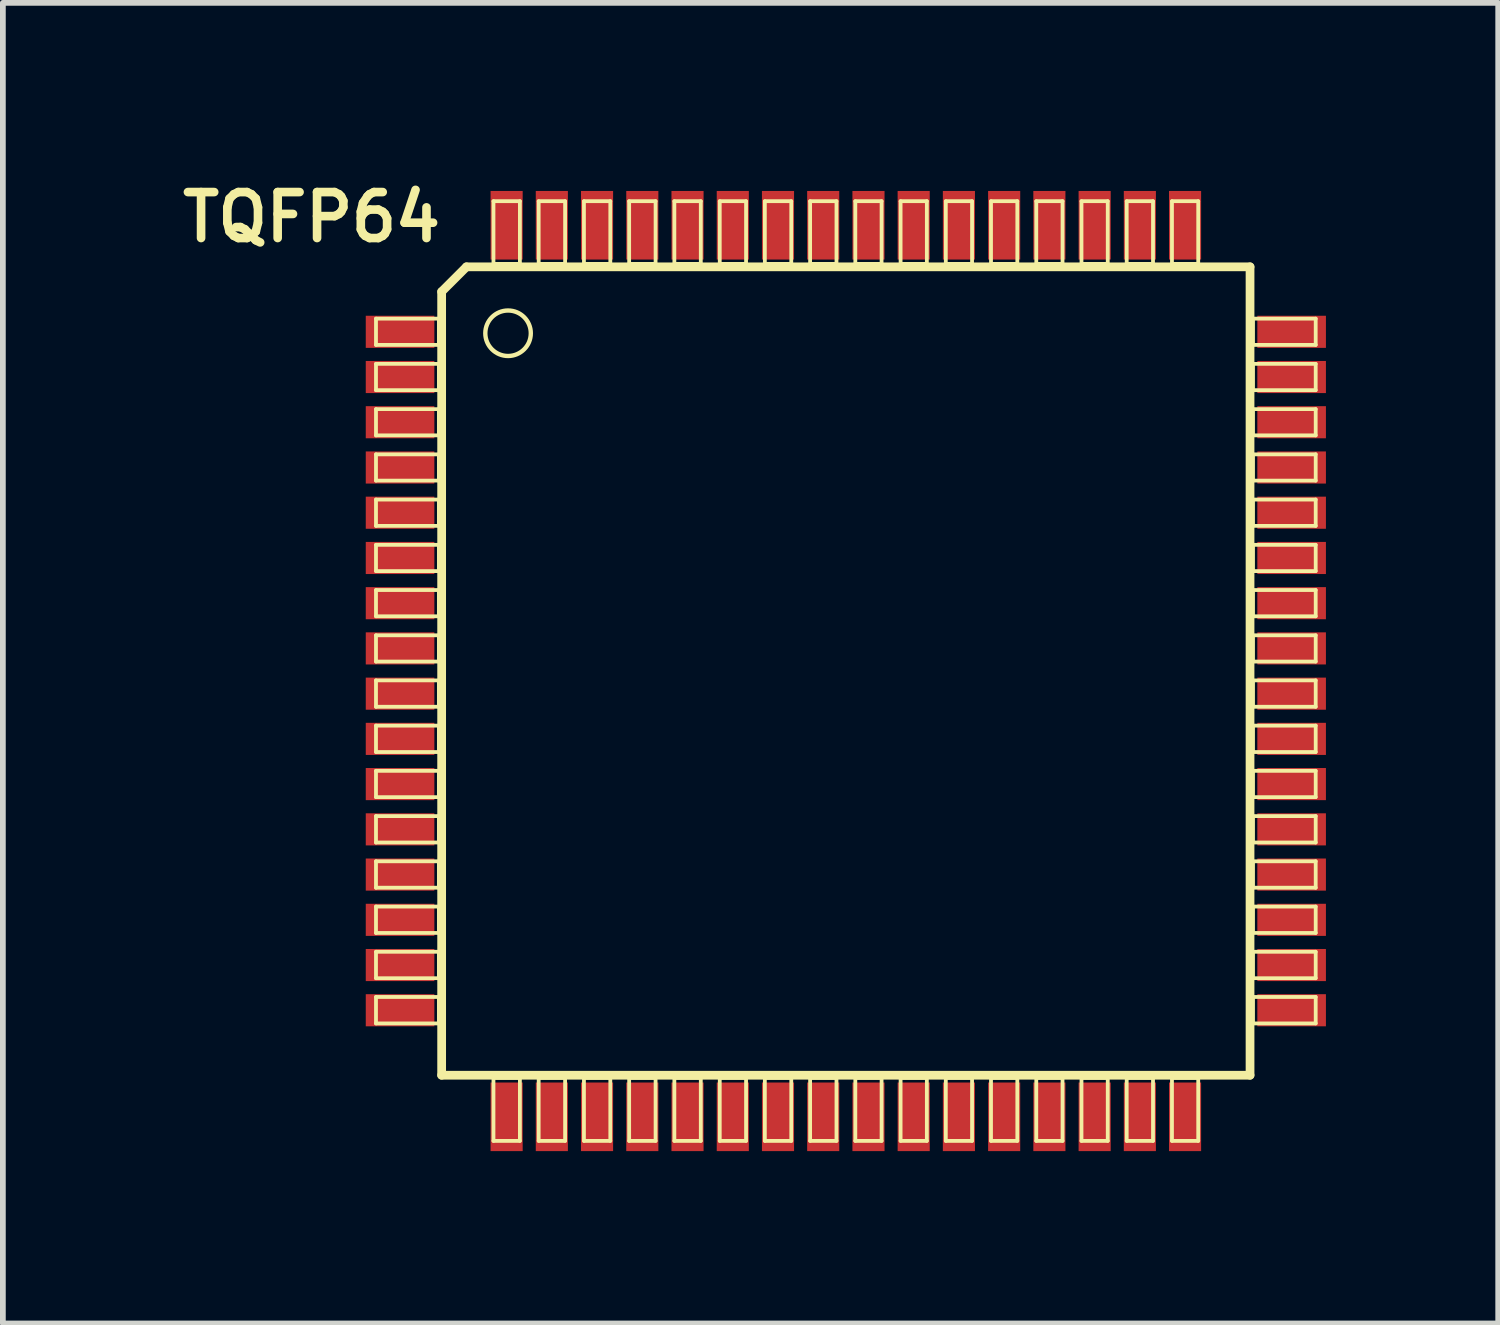
<source format=kicad_pcb>
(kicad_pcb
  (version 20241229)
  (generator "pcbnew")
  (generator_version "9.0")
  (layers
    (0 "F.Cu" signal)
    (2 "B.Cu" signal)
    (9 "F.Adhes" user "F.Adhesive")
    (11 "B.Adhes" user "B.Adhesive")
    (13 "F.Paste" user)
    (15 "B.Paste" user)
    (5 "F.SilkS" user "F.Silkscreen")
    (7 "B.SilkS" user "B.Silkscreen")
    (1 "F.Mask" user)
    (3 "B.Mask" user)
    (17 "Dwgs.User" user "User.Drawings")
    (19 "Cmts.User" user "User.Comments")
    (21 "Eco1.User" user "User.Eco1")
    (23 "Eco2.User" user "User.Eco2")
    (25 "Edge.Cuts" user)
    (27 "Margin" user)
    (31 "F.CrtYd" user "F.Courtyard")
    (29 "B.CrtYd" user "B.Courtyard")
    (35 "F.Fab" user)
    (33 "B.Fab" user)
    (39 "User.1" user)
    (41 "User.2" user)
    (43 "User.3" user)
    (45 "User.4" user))
  (footprint "TQFP64"
    (layer "F.Cu")
    (at 11.674 8.631)
    (property "Reference" "TQFP64" (at -9.3 -7.9 0) (layer "F.SilkS") (effects (font (size 0.8 0.8) (thickness 0.15))))
    (attr smd)
    (fp_line (start -8.179 -6.134) (end -7.084 -6.134) (stroke (width 0.066) (type solid)) (layer "F.SilkS"))
    (fp_line (start -8.179 -5.677) (end -8.179 -6.134) (stroke (width 0.066) (type solid)) (layer "F.SilkS"))
    (fp_line (start -8.179 -5.677) (end -7.084 -5.677) (stroke (width 0.066) (type solid)) (layer "F.SilkS"))
    (fp_line (start -8.179 -5.347) (end -7.084 -5.347) (stroke (width 0.066) (type solid)) (layer "F.SilkS"))
    (fp_line (start -8.179 -4.889) (end -8.179 -5.347) (stroke (width 0.066) (type solid)) (layer "F.SilkS"))
    (fp_line (start -8.179 -4.889) (end -7.084 -4.889) (stroke (width 0.066) (type solid)) (layer "F.SilkS"))
    (fp_line (start -8.179 -4.559) (end -7.084 -4.559) (stroke (width 0.066) (type solid)) (layer "F.SilkS"))
    (fp_line (start -8.179 -4.102) (end -8.179 -4.559) (stroke (width 0.066) (type solid)) (layer "F.SilkS"))
    (fp_line (start -8.179 -4.102) (end -7.084 -4.102) (stroke (width 0.066) (type solid)) (layer "F.SilkS"))
    (fp_line (start -8.179 -3.772) (end -7.084 -3.772) (stroke (width 0.066) (type solid)) (layer "F.SilkS"))
    (fp_line (start -8.179 -3.315) (end -8.179 -3.772) (stroke (width 0.066) (type solid)) (layer "F.SilkS"))
    (fp_line (start -8.179 -3.315) (end -7.084 -3.315) (stroke (width 0.066) (type solid)) (layer "F.SilkS"))
    (fp_line (start -8.179 -2.985) (end -7.084 -2.985) (stroke (width 0.066) (type solid)) (layer "F.SilkS"))
    (fp_line (start -8.179 -2.527) (end -8.179 -2.985) (stroke (width 0.066) (type solid)) (layer "F.SilkS"))
    (fp_line (start -8.179 -2.527) (end -7.084 -2.527) (stroke (width 0.066) (type solid)) (layer "F.SilkS"))
    (fp_line (start -8.179 -2.197) (end -7.084 -2.197) (stroke (width 0.066) (type solid)) (layer "F.SilkS"))
    (fp_line (start -8.179 -1.74) (end -8.179 -2.197) (stroke (width 0.066) (type solid)) (layer "F.SilkS"))
    (fp_line (start -8.179 -1.74) (end -7.084 -1.74) (stroke (width 0.066) (type solid)) (layer "F.SilkS"))
    (fp_line (start -8.179 -1.41) (end -7.084 -1.41) (stroke (width 0.066) (type solid)) (layer "F.SilkS"))
    (fp_line (start -8.179 -0.953) (end -8.179 -1.41) (stroke (width 0.066) (type solid)) (layer "F.SilkS"))
    (fp_line (start -8.179 -0.953) (end -7.084 -0.953) (stroke (width 0.066) (type solid)) (layer "F.SilkS"))
    (fp_line (start -8.179 -0.622) (end -7.084 -0.622) (stroke (width 0.066) (type solid)) (layer "F.SilkS"))
    (fp_line (start -8.179 -0.165) (end -8.179 -0.622) (stroke (width 0.066) (type solid)) (layer "F.SilkS"))
    (fp_line (start -8.179 -0.165) (end -7.084 -0.165) (stroke (width 0.066) (type solid)) (layer "F.SilkS"))
    (fp_line (start -8.179 0.163) (end -7.084 0.163) (stroke (width 0.066) (type solid)) (layer "F.SilkS"))
    (fp_line (start -8.179 0.622) (end -8.179 0.163) (stroke (width 0.066) (type solid)) (layer "F.SilkS"))
    (fp_line (start -8.179 0.622) (end -7.084 0.622) (stroke (width 0.066) (type solid)) (layer "F.SilkS"))
    (fp_line (start -8.179 0.95) (end -7.084 0.95) (stroke (width 0.066) (type solid)) (layer "F.SilkS"))
    (fp_line (start -8.179 1.41) (end -8.179 0.95) (stroke (width 0.066) (type solid)) (layer "F.SilkS"))
    (fp_line (start -8.179 1.41) (end -7.084 1.41) (stroke (width 0.066) (type solid)) (layer "F.SilkS"))
    (fp_line (start -8.179 1.737) (end -7.084 1.737) (stroke (width 0.066) (type solid)) (layer "F.SilkS"))
    (fp_line (start -8.179 2.195) (end -8.179 1.737) (stroke (width 0.066) (type solid)) (layer "F.SilkS"))
    (fp_line (start -8.179 2.195) (end -7.084 2.195) (stroke (width 0.066) (type solid)) (layer "F.SilkS"))
    (fp_line (start -8.179 2.525) (end -7.084 2.525) (stroke (width 0.066) (type solid)) (layer "F.SilkS"))
    (fp_line (start -8.179 2.985) (end -8.179 2.525) (stroke (width 0.066) (type solid)) (layer "F.SilkS"))
    (fp_line (start -8.179 2.985) (end -7.084 2.985) (stroke (width 0.066) (type solid)) (layer "F.SilkS"))
    (fp_line (start -8.179 3.312) (end -7.084 3.312) (stroke (width 0.066) (type solid)) (layer "F.SilkS"))
    (fp_line (start -8.179 3.772) (end -8.179 3.312) (stroke (width 0.066) (type solid)) (layer "F.SilkS"))
    (fp_line (start -8.179 3.772) (end -7.084 3.772) (stroke (width 0.066) (type solid)) (layer "F.SilkS"))
    (fp_line (start -8.179 4.1) (end -7.084 4.1) (stroke (width 0.066) (type solid)) (layer "F.SilkS"))
    (fp_line (start -8.179 4.559) (end -8.179 4.1) (stroke (width 0.066) (type solid)) (layer "F.SilkS"))
    (fp_line (start -8.179 4.559) (end -7.084 4.559) (stroke (width 0.066) (type solid)) (layer "F.SilkS"))
    (fp_line (start -8.179 4.887) (end -7.084 4.887) (stroke (width 0.066) (type solid)) (layer "F.SilkS"))
    (fp_line (start -8.179 5.347) (end -8.179 4.887) (stroke (width 0.066) (type solid)) (layer "F.SilkS"))
    (fp_line (start -8.179 5.347) (end -7.084 5.347) (stroke (width 0.066) (type solid)) (layer "F.SilkS"))
    (fp_line (start -8.179 5.674) (end -7.084 5.674) (stroke (width 0.066) (type solid)) (layer "F.SilkS"))
    (fp_line (start -8.179 6.134) (end -8.179 5.674) (stroke (width 0.066) (type solid)) (layer "F.SilkS"))
    (fp_line (start -8.179 6.134) (end -7.084 6.134) (stroke (width 0.066) (type solid)) (layer "F.SilkS"))
    (fp_line (start -7.084 -5.677) (end -7.084 -6.134) (stroke (width 0.066) (type solid)) (layer "F.SilkS"))
    (fp_line (start -7.084 -4.889) (end -7.084 -5.347) (stroke (width 0.066) (type solid)) (layer "F.SilkS"))
    (fp_line (start -7.084 -4.102) (end -7.084 -4.559) (stroke (width 0.066) (type solid)) (layer "F.SilkS"))
    (fp_line (start -7.084 -3.315) (end -7.084 -3.772) (stroke (width 0.066) (type solid)) (layer "F.SilkS"))
    (fp_line (start -7.084 -2.527) (end -7.084 -2.985) (stroke (width 0.066) (type solid)) (layer "F.SilkS"))
    (fp_line (start -7.084 -1.74) (end -7.084 -2.197) (stroke (width 0.066) (type solid)) (layer "F.SilkS"))
    (fp_line (start -7.084 -0.953) (end -7.084 -1.41) (stroke (width 0.066) (type solid)) (layer "F.SilkS"))
    (fp_line (start -7.084 -0.165) (end -7.084 -0.622) (stroke (width 0.066) (type solid)) (layer "F.SilkS"))
    (fp_line (start -7.084 0.622) (end -7.084 0.163) (stroke (width 0.066) (type solid)) (layer "F.SilkS"))
    (fp_line (start -7.084 1.41) (end -7.084 0.95) (stroke (width 0.066) (type solid)) (layer "F.SilkS"))
    (fp_line (start -7.084 2.195) (end -7.084 1.737) (stroke (width 0.066) (type solid)) (layer "F.SilkS"))
    (fp_line (start -7.084 2.985) (end -7.084 2.525) (stroke (width 0.066) (type solid)) (layer "F.SilkS"))
    (fp_line (start -7.084 3.772) (end -7.084 3.312) (stroke (width 0.066) (type solid)) (layer "F.SilkS"))
    (fp_line (start -7.084 4.559) (end -7.084 4.1) (stroke (width 0.066) (type solid)) (layer "F.SilkS"))
    (fp_line (start -7.084 5.347) (end -7.084 4.887) (stroke (width 0.066) (type solid)) (layer "F.SilkS"))
    (fp_line (start -7.084 6.134) (end -7.084 5.674) (stroke (width 0.066) (type solid)) (layer "F.SilkS"))
    (fp_line (start -7.036 -6.604) (end -6.604 -7.036) (stroke (width 0.152) (type solid)) (layer "F.SilkS"))
    (fp_line (start -7.036 7.036) (end -7.036 -6.604) (stroke (width 0.152) (type solid)) (layer "F.SilkS"))
    (fp_line (start -6.604 -7.036) (end 7.036 -7.036) (stroke (width 0.152) (type solid)) (layer "F.SilkS"))
    (fp_line (start -6.134 -8.179) (end -5.674 -8.179) (stroke (width 0.066) (type solid)) (layer "F.SilkS"))
    (fp_line (start -6.134 -7.087) (end -6.134 -8.179) (stroke (width 0.066) (type solid)) (layer "F.SilkS"))
    (fp_line (start -6.134 -7.087) (end -5.674 -7.087) (stroke (width 0.066) (type solid)) (layer "F.SilkS"))
    (fp_line (start -6.134 7.084) (end -5.674 7.084) (stroke (width 0.066) (type solid)) (layer "F.SilkS"))
    (fp_line (start -6.134 8.179) (end -6.134 7.084) (stroke (width 0.066) (type solid)) (layer "F.SilkS"))
    (fp_line (start -6.134 8.179) (end -5.674 8.179) (stroke (width 0.066) (type solid)) (layer "F.SilkS"))
    (fp_line (start -5.674 -7.087) (end -5.674 -8.179) (stroke (width 0.066) (type solid)) (layer "F.SilkS"))
    (fp_line (start -5.674 8.179) (end -5.674 7.084) (stroke (width 0.066) (type solid)) (layer "F.SilkS"))
    (fp_line (start -5.347 -8.179) (end -4.887 -8.179) (stroke (width 0.066) (type solid)) (layer "F.SilkS"))
    (fp_line (start -5.347 -7.087) (end -5.347 -8.179) (stroke (width 0.066) (type solid)) (layer "F.SilkS"))
    (fp_line (start -5.347 -7.087) (end -4.887 -7.087) (stroke (width 0.066) (type solid)) (layer "F.SilkS"))
    (fp_line (start -5.347 7.084) (end -4.887 7.084) (stroke (width 0.066) (type solid)) (layer "F.SilkS"))
    (fp_line (start -5.347 8.179) (end -5.347 7.084) (stroke (width 0.066) (type solid)) (layer "F.SilkS"))
    (fp_line (start -5.347 8.179) (end -4.887 8.179) (stroke (width 0.066) (type solid)) (layer "F.SilkS"))
    (fp_line (start -4.887 -7.087) (end -4.887 -8.179) (stroke (width 0.066) (type solid)) (layer "F.SilkS"))
    (fp_line (start -4.887 8.179) (end -4.887 7.084) (stroke (width 0.066) (type solid)) (layer "F.SilkS"))
    (fp_line (start -4.559 -8.179) (end -4.1 -8.179) (stroke (width 0.066) (type solid)) (layer "F.SilkS"))
    (fp_line (start -4.559 -7.087) (end -4.559 -8.179) (stroke (width 0.066) (type solid)) (layer "F.SilkS"))
    (fp_line (start -4.559 -7.087) (end -4.1 -7.087) (stroke (width 0.066) (type solid)) (layer "F.SilkS"))
    (fp_line (start -4.559 7.084) (end -4.1 7.084) (stroke (width 0.066) (type solid)) (layer "F.SilkS"))
    (fp_line (start -4.559 8.179) (end -4.559 7.084) (stroke (width 0.066) (type solid)) (layer "F.SilkS"))
    (fp_line (start -4.559 8.179) (end -4.1 8.179) (stroke (width 0.066) (type solid)) (layer "F.SilkS"))
    (fp_line (start -4.1 -7.087) (end -4.1 -8.179) (stroke (width 0.066) (type solid)) (layer "F.SilkS"))
    (fp_line (start -4.1 8.179) (end -4.1 7.084) (stroke (width 0.066) (type solid)) (layer "F.SilkS"))
    (fp_line (start -3.772 -8.179) (end -3.312 -8.179) (stroke (width 0.066) (type solid)) (layer "F.SilkS"))
    (fp_line (start -3.772 -7.087) (end -3.772 -8.179) (stroke (width 0.066) (type solid)) (layer "F.SilkS"))
    (fp_line (start -3.772 -7.087) (end -3.312 -7.087) (stroke (width 0.066) (type solid)) (layer "F.SilkS"))
    (fp_line (start -3.772 7.084) (end -3.312 7.084) (stroke (width 0.066) (type solid)) (layer "F.SilkS"))
    (fp_line (start -3.772 8.179) (end -3.772 7.084) (stroke (width 0.066) (type solid)) (layer "F.SilkS"))
    (fp_line (start -3.772 8.179) (end -3.312 8.179) (stroke (width 0.066) (type solid)) (layer "F.SilkS"))
    (fp_line (start -3.312 -7.087) (end -3.312 -8.179) (stroke (width 0.066) (type solid)) (layer "F.SilkS"))
    (fp_line (start -3.312 8.179) (end -3.312 7.084) (stroke (width 0.066) (type solid)) (layer "F.SilkS"))
    (fp_line (start -2.985 -8.179) (end -2.525 -8.179) (stroke (width 0.066) (type solid)) (layer "F.SilkS"))
    (fp_line (start -2.985 -7.087) (end -2.985 -8.179) (stroke (width 0.066) (type solid)) (layer "F.SilkS"))
    (fp_line (start -2.985 -7.087) (end -2.525 -7.087) (stroke (width 0.066) (type solid)) (layer "F.SilkS"))
    (fp_line (start -2.985 7.084) (end -2.525 7.084) (stroke (width 0.066) (type solid)) (layer "F.SilkS"))
    (fp_line (start -2.985 8.179) (end -2.985 7.084) (stroke (width 0.066) (type solid)) (layer "F.SilkS"))
    (fp_line (start -2.985 8.179) (end -2.525 8.179) (stroke (width 0.066) (type solid)) (layer "F.SilkS"))
    (fp_line (start -2.525 -7.087) (end -2.525 -8.179) (stroke (width 0.066) (type solid)) (layer "F.SilkS"))
    (fp_line (start -2.525 8.179) (end -2.525 7.084) (stroke (width 0.066) (type solid)) (layer "F.SilkS"))
    (fp_line (start -2.195 -8.179) (end -1.737 -8.179) (stroke (width 0.066) (type solid)) (layer "F.SilkS"))
    (fp_line (start -2.195 -7.087) (end -2.195 -8.179) (stroke (width 0.066) (type solid)) (layer "F.SilkS"))
    (fp_line (start -2.195 -7.087) (end -1.737 -7.087) (stroke (width 0.066) (type solid)) (layer "F.SilkS"))
    (fp_line (start -2.195 7.084) (end -1.737 7.084) (stroke (width 0.066) (type solid)) (layer "F.SilkS"))
    (fp_line (start -2.195 8.179) (end -2.195 7.084) (stroke (width 0.066) (type solid)) (layer "F.SilkS"))
    (fp_line (start -2.195 8.179) (end -1.737 8.179) (stroke (width 0.066) (type solid)) (layer "F.SilkS"))
    (fp_line (start -1.737 -7.087) (end -1.737 -8.179) (stroke (width 0.066) (type solid)) (layer "F.SilkS"))
    (fp_line (start -1.737 8.179) (end -1.737 7.084) (stroke (width 0.066) (type solid)) (layer "F.SilkS"))
    (fp_line (start -1.41 -8.179) (end -0.95 -8.179) (stroke (width 0.066) (type solid)) (layer "F.SilkS"))
    (fp_line (start -1.41 -7.087) (end -1.41 -8.179) (stroke (width 0.066) (type solid)) (layer "F.SilkS"))
    (fp_line (start -1.41 -7.087) (end -0.95 -7.087) (stroke (width 0.066) (type solid)) (layer "F.SilkS"))
    (fp_line (start -1.41 7.084) (end -0.95 7.084) (stroke (width 0.066) (type solid)) (layer "F.SilkS"))
    (fp_line (start -1.41 8.179) (end -1.41 7.084) (stroke (width 0.066) (type solid)) (layer "F.SilkS"))
    (fp_line (start -1.41 8.179) (end -0.95 8.179) (stroke (width 0.066) (type solid)) (layer "F.SilkS"))
    (fp_line (start -0.95 -7.087) (end -0.95 -8.179) (stroke (width 0.066) (type solid)) (layer "F.SilkS"))
    (fp_line (start -0.95 8.179) (end -0.95 7.084) (stroke (width 0.066) (type solid)) (layer "F.SilkS"))
    (fp_line (start -0.622 -8.179) (end -0.163 -8.179) (stroke (width 0.066) (type solid)) (layer "F.SilkS"))
    (fp_line (start -0.622 -7.087) (end -0.622 -8.179) (stroke (width 0.066) (type solid)) (layer "F.SilkS"))
    (fp_line (start -0.622 -7.087) (end -0.163 -7.087) (stroke (width 0.066) (type solid)) (layer "F.SilkS"))
    (fp_line (start -0.622 7.084) (end -0.163 7.084) (stroke (width 0.066) (type solid)) (layer "F.SilkS"))
    (fp_line (start -0.622 8.179) (end -0.622 7.084) (stroke (width 0.066) (type solid)) (layer "F.SilkS"))
    (fp_line (start -0.622 8.179) (end -0.163 8.179) (stroke (width 0.066) (type solid)) (layer "F.SilkS"))
    (fp_line (start -0.163 -7.087) (end -0.163 -8.179) (stroke (width 0.066) (type solid)) (layer "F.SilkS"))
    (fp_line (start -0.163 8.179) (end -0.163 7.084) (stroke (width 0.066) (type solid)) (layer "F.SilkS"))
    (fp_line (start 0.165 -8.179) (end 0.622 -8.179) (stroke (width 0.066) (type solid)) (layer "F.SilkS"))
    (fp_line (start 0.165 -7.087) (end 0.165 -8.179) (stroke (width 0.066) (type solid)) (layer "F.SilkS"))
    (fp_line (start 0.165 -7.087) (end 0.622 -7.087) (stroke (width 0.066) (type solid)) (layer "F.SilkS"))
    (fp_line (start 0.165 7.084) (end 0.622 7.084) (stroke (width 0.066) (type solid)) (layer "F.SilkS"))
    (fp_line (start 0.165 8.179) (end 0.165 7.084) (stroke (width 0.066) (type solid)) (layer "F.SilkS"))
    (fp_line (start 0.165 8.179) (end 0.622 8.179) (stroke (width 0.066) (type solid)) (layer "F.SilkS"))
    (fp_line (start 0.622 -7.087) (end 0.622 -8.179) (stroke (width 0.066) (type solid)) (layer "F.SilkS"))
    (fp_line (start 0.622 8.179) (end 0.622 7.084) (stroke (width 0.066) (type solid)) (layer "F.SilkS"))
    (fp_line (start 0.953 -8.179) (end 1.41 -8.179) (stroke (width 0.066) (type solid)) (layer "F.SilkS"))
    (fp_line (start 0.953 -7.087) (end 0.953 -8.179) (stroke (width 0.066) (type solid)) (layer "F.SilkS"))
    (fp_line (start 0.953 -7.087) (end 1.41 -7.087) (stroke (width 0.066) (type solid)) (layer "F.SilkS"))
    (fp_line (start 0.953 7.084) (end 1.41 7.084) (stroke (width 0.066) (type solid)) (layer "F.SilkS"))
    (fp_line (start 0.953 8.179) (end 0.953 7.084) (stroke (width 0.066) (type solid)) (layer "F.SilkS"))
    (fp_line (start 0.953 8.179) (end 1.41 8.179) (stroke (width 0.066) (type solid)) (layer "F.SilkS"))
    (fp_line (start 1.41 -7.087) (end 1.41 -8.179) (stroke (width 0.066) (type solid)) (layer "F.SilkS"))
    (fp_line (start 1.41 8.179) (end 1.41 7.084) (stroke (width 0.066) (type solid)) (layer "F.SilkS"))
    (fp_line (start 1.74 -8.179) (end 2.197 -8.179) (stroke (width 0.066) (type solid)) (layer "F.SilkS"))
    (fp_line (start 1.74 -7.087) (end 1.74 -8.179) (stroke (width 0.066) (type solid)) (layer "F.SilkS"))
    (fp_line (start 1.74 -7.087) (end 2.197 -7.087) (stroke (width 0.066) (type solid)) (layer "F.SilkS"))
    (fp_line (start 1.74 7.084) (end 2.197 7.084) (stroke (width 0.066) (type solid)) (layer "F.SilkS"))
    (fp_line (start 1.74 8.179) (end 1.74 7.084) (stroke (width 0.066) (type solid)) (layer "F.SilkS"))
    (fp_line (start 1.74 8.179) (end 2.197 8.179) (stroke (width 0.066) (type solid)) (layer "F.SilkS"))
    (fp_line (start 2.197 -7.087) (end 2.197 -8.179) (stroke (width 0.066) (type solid)) (layer "F.SilkS"))
    (fp_line (start 2.197 8.179) (end 2.197 7.084) (stroke (width 0.066) (type solid)) (layer "F.SilkS"))
    (fp_line (start 2.527 -8.179) (end 2.985 -8.179) (stroke (width 0.066) (type solid)) (layer "F.SilkS"))
    (fp_line (start 2.527 -7.087) (end 2.527 -8.179) (stroke (width 0.066) (type solid)) (layer "F.SilkS"))
    (fp_line (start 2.527 -7.087) (end 2.985 -7.087) (stroke (width 0.066) (type solid)) (layer "F.SilkS"))
    (fp_line (start 2.527 7.084) (end 2.985 7.084) (stroke (width 0.066) (type solid)) (layer "F.SilkS"))
    (fp_line (start 2.527 8.179) (end 2.527 7.084) (stroke (width 0.066) (type solid)) (layer "F.SilkS"))
    (fp_line (start 2.527 8.179) (end 2.985 8.179) (stroke (width 0.066) (type solid)) (layer "F.SilkS"))
    (fp_line (start 2.985 -7.087) (end 2.985 -8.179) (stroke (width 0.066) (type solid)) (layer "F.SilkS"))
    (fp_line (start 2.985 8.179) (end 2.985 7.084) (stroke (width 0.066) (type solid)) (layer "F.SilkS"))
    (fp_line (start 3.315 -8.179) (end 3.772 -8.179) (stroke (width 0.066) (type solid)) (layer "F.SilkS"))
    (fp_line (start 3.315 -7.087) (end 3.315 -8.179) (stroke (width 0.066) (type solid)) (layer "F.SilkS"))
    (fp_line (start 3.315 -7.087) (end 3.772 -7.087) (stroke (width 0.066) (type solid)) (layer "F.SilkS"))
    (fp_line (start 3.315 7.084) (end 3.772 7.084) (stroke (width 0.066) (type solid)) (layer "F.SilkS"))
    (fp_line (start 3.315 8.179) (end 3.315 7.084) (stroke (width 0.066) (type solid)) (layer "F.SilkS"))
    (fp_line (start 3.315 8.179) (end 3.772 8.179) (stroke (width 0.066) (type solid)) (layer "F.SilkS"))
    (fp_line (start 3.772 -7.087) (end 3.772 -8.179) (stroke (width 0.066) (type solid)) (layer "F.SilkS"))
    (fp_line (start 3.772 8.179) (end 3.772 7.084) (stroke (width 0.066) (type solid)) (layer "F.SilkS"))
    (fp_line (start 4.102 -8.179) (end 4.559 -8.179) (stroke (width 0.066) (type solid)) (layer "F.SilkS"))
    (fp_line (start 4.102 -7.087) (end 4.102 -8.179) (stroke (width 0.066) (type solid)) (layer "F.SilkS"))
    (fp_line (start 4.102 -7.087) (end 4.559 -7.087) (stroke (width 0.066) (type solid)) (layer "F.SilkS"))
    (fp_line (start 4.102 7.084) (end 4.559 7.084) (stroke (width 0.066) (type solid)) (layer "F.SilkS"))
    (fp_line (start 4.102 8.179) (end 4.102 7.084) (stroke (width 0.066) (type solid)) (layer "F.SilkS"))
    (fp_line (start 4.102 8.179) (end 4.559 8.179) (stroke (width 0.066) (type solid)) (layer "F.SilkS"))
    (fp_line (start 4.559 -7.087) (end 4.559 -8.179) (stroke (width 0.066) (type solid)) (layer "F.SilkS"))
    (fp_line (start 4.559 8.179) (end 4.559 7.084) (stroke (width 0.066) (type solid)) (layer "F.SilkS"))
    (fp_line (start 4.889 -8.179) (end 5.347 -8.179) (stroke (width 0.066) (type solid)) (layer "F.SilkS"))
    (fp_line (start 4.889 -7.087) (end 4.889 -8.179) (stroke (width 0.066) (type solid)) (layer "F.SilkS"))
    (fp_line (start 4.889 -7.087) (end 5.347 -7.087) (stroke (width 0.066) (type solid)) (layer "F.SilkS"))
    (fp_line (start 4.889 7.084) (end 5.347 7.084) (stroke (width 0.066) (type solid)) (layer "F.SilkS"))
    (fp_line (start 4.889 8.179) (end 4.889 7.084) (stroke (width 0.066) (type solid)) (layer "F.SilkS"))
    (fp_line (start 4.889 8.179) (end 5.347 8.179) (stroke (width 0.066) (type solid)) (layer "F.SilkS"))
    (fp_line (start 5.347 -7.087) (end 5.347 -8.179) (stroke (width 0.066) (type solid)) (layer "F.SilkS"))
    (fp_line (start 5.347 8.179) (end 5.347 7.084) (stroke (width 0.066) (type solid)) (layer "F.SilkS"))
    (fp_line (start 5.677 -8.179) (end 6.134 -8.179) (stroke (width 0.066) (type solid)) (layer "F.SilkS"))
    (fp_line (start 5.677 -7.087) (end 5.677 -8.179) (stroke (width 0.066) (type solid)) (layer "F.SilkS"))
    (fp_line (start 5.677 -7.087) (end 6.134 -7.087) (stroke (width 0.066) (type solid)) (layer "F.SilkS"))
    (fp_line (start 5.677 7.084) (end 6.134 7.084) (stroke (width 0.066) (type solid)) (layer "F.SilkS"))
    (fp_line (start 5.677 8.179) (end 5.677 7.084) (stroke (width 0.066) (type solid)) (layer "F.SilkS"))
    (fp_line (start 5.677 8.179) (end 6.134 8.179) (stroke (width 0.066) (type solid)) (layer "F.SilkS"))
    (fp_line (start 6.134 -7.087) (end 6.134 -8.179) (stroke (width 0.066) (type solid)) (layer "F.SilkS"))
    (fp_line (start 6.134 8.179) (end 6.134 7.084) (stroke (width 0.066) (type solid)) (layer "F.SilkS"))
    (fp_line (start 7.036 -7.036) (end 7.036 7.036) (stroke (width 0.152) (type solid)) (layer "F.SilkS"))
    (fp_line (start 7.036 7.036) (end -7.036 7.036) (stroke (width 0.152) (type solid)) (layer "F.SilkS"))
    (fp_line (start 7.087 -6.134) (end 8.179 -6.134) (stroke (width 0.066) (type solid)) (layer "F.SilkS"))
    (fp_line (start 7.087 -5.677) (end 7.087 -6.134) (stroke (width 0.066) (type solid)) (layer "F.SilkS"))
    (fp_line (start 7.087 -5.677) (end 8.179 -5.677) (stroke (width 0.066) (type solid)) (layer "F.SilkS"))
    (fp_line (start 7.087 -5.347) (end 8.179 -5.347) (stroke (width 0.066) (type solid)) (layer "F.SilkS"))
    (fp_line (start 7.087 -4.889) (end 7.087 -5.347) (stroke (width 0.066) (type solid)) (layer "F.SilkS"))
    (fp_line (start 7.087 -4.889) (end 8.179 -4.889) (stroke (width 0.066) (type solid)) (layer "F.SilkS"))
    (fp_line (start 7.087 -4.559) (end 8.179 -4.559) (stroke (width 0.066) (type solid)) (layer "F.SilkS"))
    (fp_line (start 7.087 -4.102) (end 7.087 -4.559) (stroke (width 0.066) (type solid)) (layer "F.SilkS"))
    (fp_line (start 7.087 -4.102) (end 8.179 -4.102) (stroke (width 0.066) (type solid)) (layer "F.SilkS"))
    (fp_line (start 7.087 -3.772) (end 8.179 -3.772) (stroke (width 0.066) (type solid)) (layer "F.SilkS"))
    (fp_line (start 7.087 -3.315) (end 7.087 -3.772) (stroke (width 0.066) (type solid)) (layer "F.SilkS"))
    (fp_line (start 7.087 -3.315) (end 8.179 -3.315) (stroke (width 0.066) (type solid)) (layer "F.SilkS"))
    (fp_line (start 7.087 -2.985) (end 8.179 -2.985) (stroke (width 0.066) (type solid)) (layer "F.SilkS"))
    (fp_line (start 7.087 -2.527) (end 7.087 -2.985) (stroke (width 0.066) (type solid)) (layer "F.SilkS"))
    (fp_line (start 7.087 -2.527) (end 8.179 -2.527) (stroke (width 0.066) (type solid)) (layer "F.SilkS"))
    (fp_line (start 7.087 -2.197) (end 8.179 -2.197) (stroke (width 0.066) (type solid)) (layer "F.SilkS"))
    (fp_line (start 7.087 -1.74) (end 7.087 -2.197) (stroke (width 0.066) (type solid)) (layer "F.SilkS"))
    (fp_line (start 7.087 -1.74) (end 8.179 -1.74) (stroke (width 0.066) (type solid)) (layer "F.SilkS"))
    (fp_line (start 7.087 -1.41) (end 8.179 -1.41) (stroke (width 0.066) (type solid)) (layer "F.SilkS"))
    (fp_line (start 7.087 -0.953) (end 7.087 -1.41) (stroke (width 0.066) (type solid)) (layer "F.SilkS"))
    (fp_line (start 7.087 -0.953) (end 8.179 -0.953) (stroke (width 0.066) (type solid)) (layer "F.SilkS"))
    (fp_line (start 7.087 -0.622) (end 8.179 -0.622) (stroke (width 0.066) (type solid)) (layer "F.SilkS"))
    (fp_line (start 7.087 -0.165) (end 7.087 -0.622) (stroke (width 0.066) (type solid)) (layer "F.SilkS"))
    (fp_line (start 7.087 -0.165) (end 8.179 -0.165) (stroke (width 0.066) (type solid)) (layer "F.SilkS"))
    (fp_line (start 7.087 0.163) (end 8.179 0.163) (stroke (width 0.066) (type solid)) (layer "F.SilkS"))
    (fp_line (start 7.087 0.622) (end 7.087 0.163) (stroke (width 0.066) (type solid)) (layer "F.SilkS"))
    (fp_line (start 7.087 0.622) (end 8.179 0.622) (stroke (width 0.066) (type solid)) (layer "F.SilkS"))
    (fp_line (start 7.087 0.95) (end 8.179 0.95) (stroke (width 0.066) (type solid)) (layer "F.SilkS"))
    (fp_line (start 7.087 1.41) (end 7.087 0.95) (stroke (width 0.066) (type solid)) (layer "F.SilkS"))
    (fp_line (start 7.087 1.41) (end 8.179 1.41) (stroke (width 0.066) (type solid)) (layer "F.SilkS"))
    (fp_line (start 7.087 1.737) (end 8.179 1.737) (stroke (width 0.066) (type solid)) (layer "F.SilkS"))
    (fp_line (start 7.087 2.195) (end 7.087 1.737) (stroke (width 0.066) (type solid)) (layer "F.SilkS"))
    (fp_line (start 7.087 2.195) (end 8.179 2.195) (stroke (width 0.066) (type solid)) (layer "F.SilkS"))
    (fp_line (start 7.087 2.525) (end 8.179 2.525) (stroke (width 0.066) (type solid)) (layer "F.SilkS"))
    (fp_line (start 7.087 2.985) (end 7.087 2.525) (stroke (width 0.066) (type solid)) (layer "F.SilkS"))
    (fp_line (start 7.087 2.985) (end 8.179 2.985) (stroke (width 0.066) (type solid)) (layer "F.SilkS"))
    (fp_line (start 7.087 3.312) (end 8.179 3.312) (stroke (width 0.066) (type solid)) (layer "F.SilkS"))
    (fp_line (start 7.087 3.772) (end 7.087 3.312) (stroke (width 0.066) (type solid)) (layer "F.SilkS"))
    (fp_line (start 7.087 3.772) (end 8.179 3.772) (stroke (width 0.066) (type solid)) (layer "F.SilkS"))
    (fp_line (start 7.087 4.1) (end 8.179 4.1) (stroke (width 0.066) (type solid)) (layer "F.SilkS"))
    (fp_line (start 7.087 4.559) (end 7.087 4.1) (stroke (width 0.066) (type solid)) (layer "F.SilkS"))
    (fp_line (start 7.087 4.559) (end 8.179 4.559) (stroke (width 0.066) (type solid)) (layer "F.SilkS"))
    (fp_line (start 7.087 4.887) (end 8.179 4.887) (stroke (width 0.066) (type solid)) (layer "F.SilkS"))
    (fp_line (start 7.087 5.347) (end 7.087 4.887) (stroke (width 0.066) (type solid)) (layer "F.SilkS"))
    (fp_line (start 7.087 5.347) (end 8.179 5.347) (stroke (width 0.066) (type solid)) (layer "F.SilkS"))
    (fp_line (start 7.087 5.674) (end 8.179 5.674) (stroke (width 0.066) (type solid)) (layer "F.SilkS"))
    (fp_line (start 7.087 6.134) (end 7.087 5.674) (stroke (width 0.066) (type solid)) (layer "F.SilkS"))
    (fp_line (start 7.087 6.134) (end 8.179 6.134) (stroke (width 0.066) (type solid)) (layer "F.SilkS"))
    (fp_line (start 8.179 -5.677) (end 8.179 -6.134) (stroke (width 0.066) (type solid)) (layer "F.SilkS"))
    (fp_line (start 8.179 -4.889) (end 8.179 -5.347) (stroke (width 0.066) (type solid)) (layer "F.SilkS"))
    (fp_line (start 8.179 -4.102) (end 8.179 -4.559) (stroke (width 0.066) (type solid)) (layer "F.SilkS"))
    (fp_line (start 8.179 -3.315) (end 8.179 -3.772) (stroke (width 0.066) (type solid)) (layer "F.SilkS"))
    (fp_line (start 8.179 -2.527) (end 8.179 -2.985) (stroke (width 0.066) (type solid)) (layer "F.SilkS"))
    (fp_line (start 8.179 -1.74) (end 8.179 -2.197) (stroke (width 0.066) (type solid)) (layer "F.SilkS"))
    (fp_line (start 8.179 -0.953) (end 8.179 -1.41) (stroke (width 0.066) (type solid)) (layer "F.SilkS"))
    (fp_line (start 8.179 -0.165) (end 8.179 -0.622) (stroke (width 0.066) (type solid)) (layer "F.SilkS"))
    (fp_line (start 8.179 0.622) (end 8.179 0.163) (stroke (width 0.066) (type solid)) (layer "F.SilkS"))
    (fp_line (start 8.179 1.41) (end 8.179 0.95) (stroke (width 0.066) (type solid)) (layer "F.SilkS"))
    (fp_line (start 8.179 2.195) (end 8.179 1.737) (stroke (width 0.066) (type solid)) (layer "F.SilkS"))
    (fp_line (start 8.179 2.985) (end 8.179 2.525) (stroke (width 0.066) (type solid)) (layer "F.SilkS"))
    (fp_line (start 8.179 3.772) (end 8.179 3.312) (stroke (width 0.066) (type solid)) (layer "F.SilkS"))
    (fp_line (start 8.179 4.559) (end 8.179 4.1) (stroke (width 0.066) (type solid)) (layer "F.SilkS"))
    (fp_line (start 8.179 5.347) (end 8.179 4.887) (stroke (width 0.066) (type solid)) (layer "F.SilkS"))
    (fp_line (start 8.179 6.134) (end 8.179 5.674) (stroke (width 0.066) (type solid)) (layer "F.SilkS"))
    (fp_circle (center -5.88 -5.88) (end -6.16 -6.16) (stroke (width 0.076) (type solid)) (fill no) (layer "F.SilkS"))
    (pad "1" smd rect (at -7.76 -5.905) (size 1.194 0.559) (layers "F.Cu" "F.Mask" "F.Paste"))
    (pad "2" smd rect (at -7.76 -5.118) (size 1.194 0.559) (layers "F.Cu" "F.Mask" "F.Paste"))
    (pad "3" smd rect (at -7.76 -4.331) (size 1.194 0.559) (layers "F.Cu" "F.Mask" "F.Paste"))
    (pad "4" smd rect (at -7.76 -3.543) (size 1.194 0.559) (layers "F.Cu" "F.Mask" "F.Paste"))
    (pad "5" smd rect (at -7.76 -2.756) (size 1.194 0.559) (layers "F.Cu" "F.Mask" "F.Paste"))
    (pad "6" smd rect (at -7.76 -1.968) (size 1.194 0.559) (layers "F.Cu" "F.Mask" "F.Paste"))
    (pad "7" smd rect (at -7.76 -1.181) (size 1.194 0.559) (layers "F.Cu" "F.Mask" "F.Paste"))
    (pad "8" smd rect (at -7.76 -0.394) (size 1.194 0.559) (layers "F.Cu" "F.Mask" "F.Paste"))
    (pad "9" smd rect (at -7.76 0.394) (size 1.194 0.559) (layers "F.Cu" "F.Mask" "F.Paste"))
    (pad "10" smd rect (at -7.76 1.181) (size 1.194 0.559) (layers "F.Cu" "F.Mask" "F.Paste"))
    (pad "11" smd rect (at -7.76 1.968) (size 1.194 0.559) (layers "F.Cu" "F.Mask" "F.Paste"))
    (pad "12" smd rect (at -7.76 2.756) (size 1.194 0.559) (layers "F.Cu" "F.Mask" "F.Paste"))
    (pad "13" smd rect (at -7.76 3.543) (size 1.194 0.559) (layers "F.Cu" "F.Mask" "F.Paste"))
    (pad "14" smd rect (at -7.76 4.331) (size 1.194 0.559) (layers "F.Cu" "F.Mask" "F.Paste"))
    (pad "15" smd rect (at -7.76 5.118) (size 1.194 0.559) (layers "F.Cu" "F.Mask" "F.Paste"))
    (pad "16" smd rect (at -7.76 5.905) (size 1.194 0.559) (layers "F.Cu" "F.Mask" "F.Paste"))
    (pad "17" smd rect (at -5.905 7.76) (size 0.559 1.194) (layers "F.Cu" "F.Mask" "F.Paste"))
    (pad "18" smd rect (at -5.118 7.76) (size 0.559 1.194) (layers "F.Cu" "F.Mask" "F.Paste"))
    (pad "19" smd rect (at -4.331 7.76) (size 0.559 1.194) (layers "F.Cu" "F.Mask" "F.Paste"))
    (pad "20" smd rect (at -3.543 7.76) (size 0.559 1.194) (layers "F.Cu" "F.Mask" "F.Paste"))
    (pad "21" smd rect (at -2.756 7.76) (size 0.559 1.194) (layers "F.Cu" "F.Mask" "F.Paste"))
    (pad "22" smd rect (at -1.968 7.76) (size 0.559 1.194) (layers "F.Cu" "F.Mask" "F.Paste"))
    (pad "23" smd rect (at -1.181 7.76) (size 0.559 1.194) (layers "F.Cu" "F.Mask" "F.Paste"))
    (pad "24" smd rect (at -0.394 7.76) (size 0.559 1.194) (layers "F.Cu" "F.Mask" "F.Paste"))
    (pad "25" smd rect (at 0.394 7.76) (size 0.559 1.194) (layers "F.Cu" "F.Mask" "F.Paste"))
    (pad "26" smd rect (at 1.181 7.76) (size 0.559 1.194) (layers "F.Cu" "F.Mask" "F.Paste"))
    (pad "27" smd rect (at 1.968 7.76) (size 0.559 1.194) (layers "F.Cu" "F.Mask" "F.Paste"))
    (pad "28" smd rect (at 2.756 7.76) (size 0.559 1.194) (layers "F.Cu" "F.Mask" "F.Paste"))
    (pad "29" smd rect (at 3.543 7.76) (size 0.559 1.194) (layers "F.Cu" "F.Mask" "F.Paste"))
    (pad "30" smd rect (at 4.331 7.76) (size 0.559 1.194) (layers "F.Cu" "F.Mask" "F.Paste"))
    (pad "31" smd rect (at 5.118 7.76) (size 0.559 1.194) (layers "F.Cu" "F.Mask" "F.Paste"))
    (pad "32" smd rect (at 5.905 7.76) (size 0.559 1.194) (layers "F.Cu" "F.Mask" "F.Paste"))
    (pad "33" smd rect (at 7.76 5.905) (size 1.194 0.559) (layers "F.Cu" "F.Mask" "F.Paste"))
    (pad "34" smd rect (at 7.76 5.118) (size 1.194 0.559) (layers "F.Cu" "F.Mask" "F.Paste"))
    (pad "35" smd rect (at 7.76 4.331) (size 1.194 0.559) (layers "F.Cu" "F.Mask" "F.Paste"))
    (pad "36" smd rect (at 7.76 3.543) (size 1.194 0.559) (layers "F.Cu" "F.Mask" "F.Paste"))
    (pad "37" smd rect (at 7.76 2.756) (size 1.194 0.559) (layers "F.Cu" "F.Mask" "F.Paste"))
    (pad "38" smd rect (at 7.76 1.968) (size 1.194 0.559) (layers "F.Cu" "F.Mask" "F.Paste"))
    (pad "39" smd rect (at 7.76 1.181) (size 1.194 0.559) (layers "F.Cu" "F.Mask" "F.Paste"))
    (pad "40" smd rect (at 7.76 0.394) (size 1.194 0.559) (layers "F.Cu" "F.Mask" "F.Paste"))
    (pad "41" smd rect (at 7.76 -0.394) (size 1.194 0.559) (layers "F.Cu" "F.Mask" "F.Paste"))
    (pad "42" smd rect (at 7.76 -1.181) (size 1.194 0.559) (layers "F.Cu" "F.Mask" "F.Paste"))
    (pad "43" smd rect (at 7.76 -1.968) (size 1.194 0.559) (layers "F.Cu" "F.Mask" "F.Paste"))
    (pad "44" smd rect (at 7.76 -2.756) (size 1.194 0.559) (layers "F.Cu" "F.Mask" "F.Paste"))
    (pad "45" smd rect (at 7.76 -3.543) (size 1.194 0.559) (layers "F.Cu" "F.Mask" "F.Paste"))
    (pad "46" smd rect (at 7.76 -4.331) (size 1.194 0.559) (layers "F.Cu" "F.Mask" "F.Paste"))
    (pad "47" smd rect (at 7.76 -5.118) (size 1.194 0.559) (layers "F.Cu" "F.Mask" "F.Paste"))
    (pad "48" smd rect (at 7.76 -5.905) (size 1.194 0.559) (layers "F.Cu" "F.Mask" "F.Paste"))
    (pad "49" smd rect (at 5.905 -7.76) (size 0.559 1.194) (layers "F.Cu" "F.Mask" "F.Paste"))
    (pad "50" smd rect (at 5.118 -7.76) (size 0.559 1.194) (layers "F.Cu" "F.Mask" "F.Paste"))
    (pad "51" smd rect (at 4.331 -7.76) (size 0.559 1.194) (layers "F.Cu" "F.Mask" "F.Paste"))
    (pad "52" smd rect (at 3.543 -7.76) (size 0.559 1.194) (layers "F.Cu" "F.Mask" "F.Paste"))
    (pad "53" smd rect (at 2.756 -7.76) (size 0.559 1.194) (layers "F.Cu" "F.Mask" "F.Paste"))
    (pad "54" smd rect (at 1.968 -7.76) (size 0.559 1.194) (layers "F.Cu" "F.Mask" "F.Paste"))
    (pad "55" smd rect (at 1.181 -7.76) (size 0.559 1.194) (layers "F.Cu" "F.Mask" "F.Paste"))
    (pad "56" smd rect (at 0.394 -7.76) (size 0.559 1.194) (layers "F.Cu" "F.Mask" "F.Paste"))
    (pad "57" smd rect (at -0.394 -7.76) (size 0.559 1.194) (layers "F.Cu" "F.Mask" "F.Paste"))
    (pad "58" smd rect (at -1.181 -7.76) (size 0.559 1.194) (layers "F.Cu" "F.Mask" "F.Paste"))
    (pad "59" smd rect (at -1.968 -7.76) (size 0.559 1.194) (layers "F.Cu" "F.Mask" "F.Paste"))
    (pad "60" smd rect (at -2.756 -7.76) (size 0.559 1.194) (layers "F.Cu" "F.Mask" "F.Paste"))
    (pad "61" smd rect (at -3.543 -7.76) (size 0.559 1.194) (layers "F.Cu" "F.Mask" "F.Paste"))
    (pad "62" smd rect (at -4.331 -7.76) (size 0.559 1.194) (layers "F.Cu" "F.Mask" "F.Paste"))
    (pad "63" smd rect (at -5.118 -7.76) (size 0.559 1.194) (layers "F.Cu" "F.Mask" "F.Paste"))
    (pad "64" smd rect (at -5.905 -7.76) (size 0.559 1.194) (layers "F.Cu" "F.Mask" "F.Paste")))
  (gr_rect
    (start -3 -3)
    (end 23.03 19.988)
    (stroke (width 0.1) (type default))
    (fill no)
    (layer "Edge.Cuts")))
</source>
